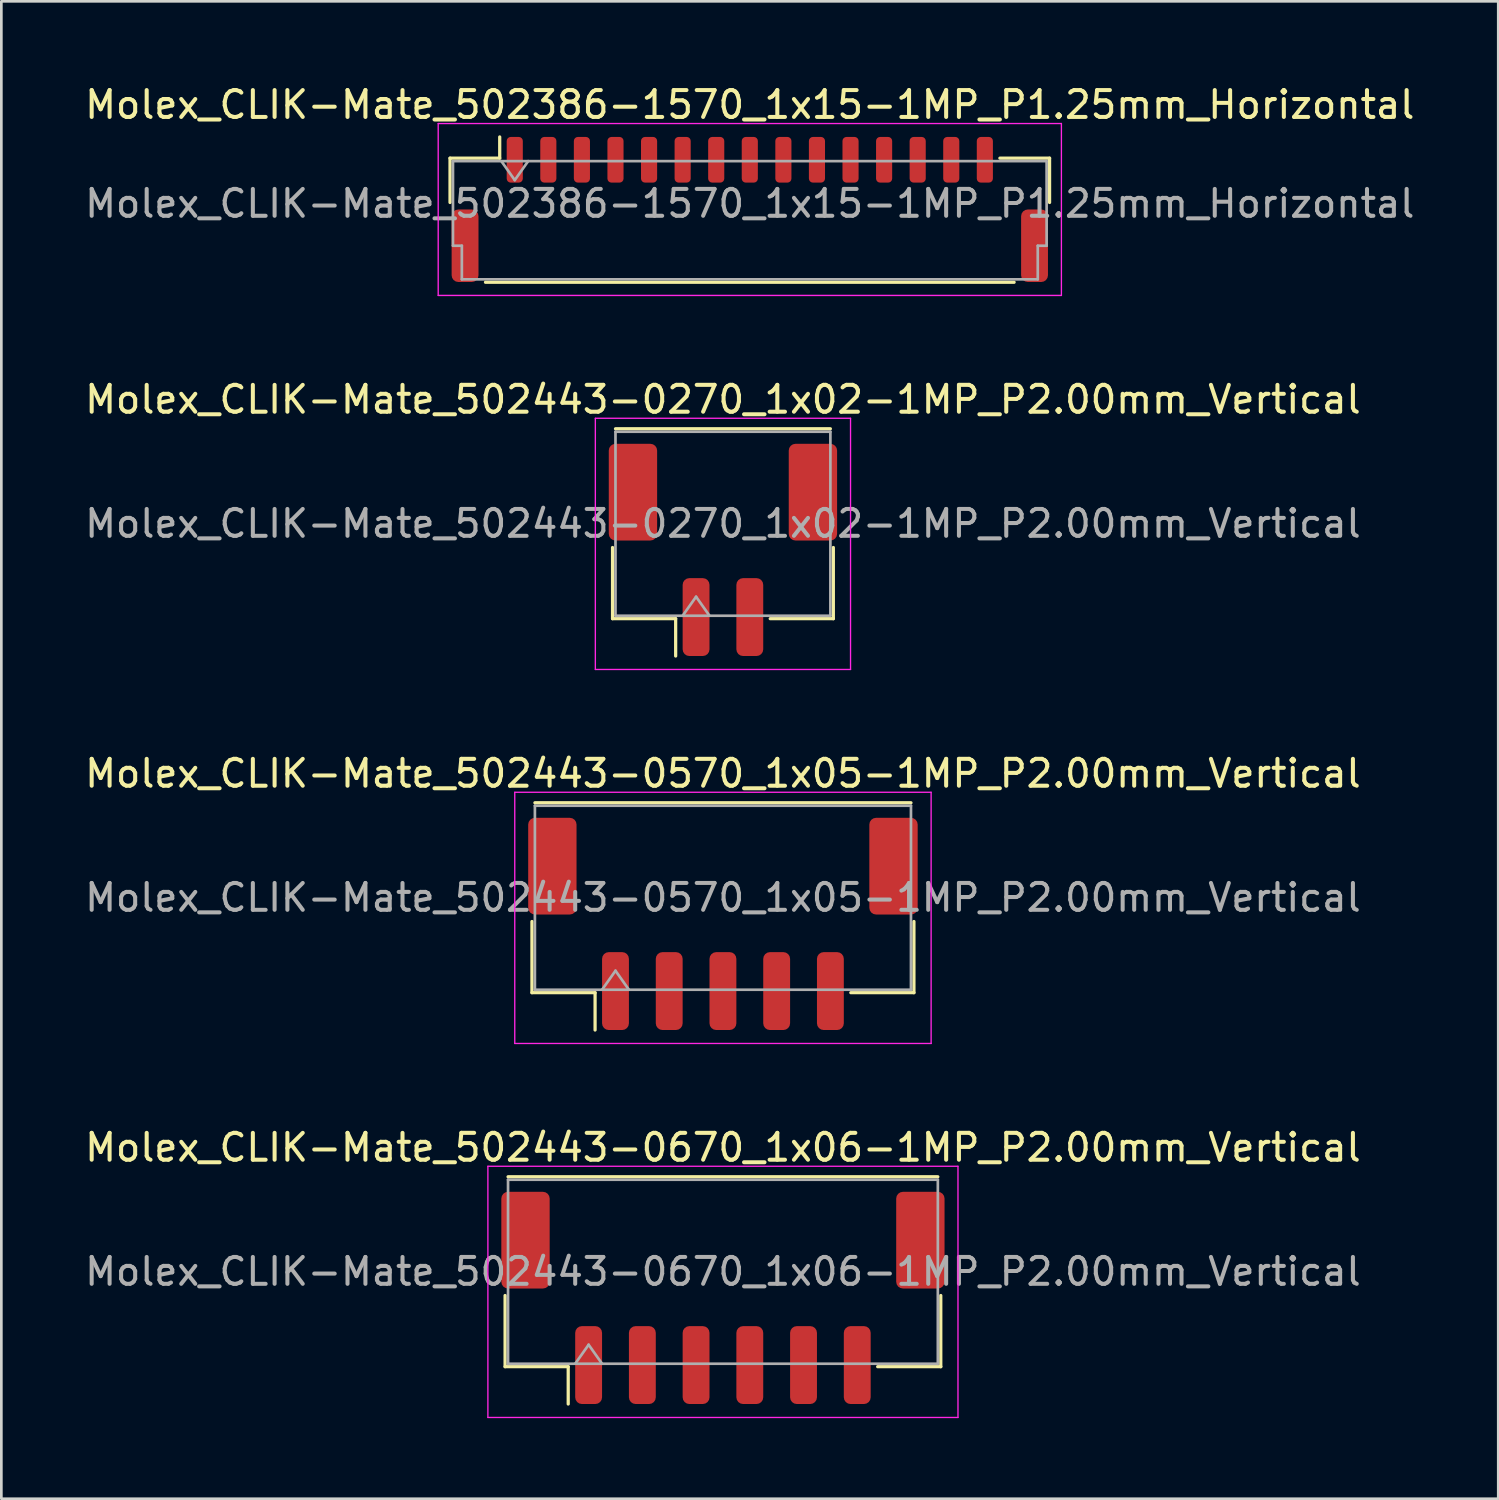
<source format=kicad_pcb>
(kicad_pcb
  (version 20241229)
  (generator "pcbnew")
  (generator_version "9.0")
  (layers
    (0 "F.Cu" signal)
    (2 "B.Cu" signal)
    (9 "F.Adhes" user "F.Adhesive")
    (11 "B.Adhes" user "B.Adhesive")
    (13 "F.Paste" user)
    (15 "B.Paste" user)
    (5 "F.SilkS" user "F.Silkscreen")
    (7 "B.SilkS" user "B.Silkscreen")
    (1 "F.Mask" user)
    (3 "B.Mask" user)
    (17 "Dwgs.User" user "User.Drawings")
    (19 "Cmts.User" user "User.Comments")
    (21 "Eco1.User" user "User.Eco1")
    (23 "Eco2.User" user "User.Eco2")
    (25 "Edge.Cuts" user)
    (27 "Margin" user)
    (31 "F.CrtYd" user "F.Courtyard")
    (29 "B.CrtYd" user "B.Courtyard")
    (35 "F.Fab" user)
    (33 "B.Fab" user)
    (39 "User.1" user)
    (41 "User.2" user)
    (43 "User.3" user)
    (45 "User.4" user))
  (footprint "Molex_CLIK-Mate_502443-0270_1x02-1MP_P2.00mm_Vertical"
    (layer "F.Cu")
    (at 23.863 17.422)
    (property "Reference" "Molex_CLIK-Mate_502443-0270_1x02-1MP_P2.00mm_Vertical" (at 0 -5.6 0) (layer "F.SilkS") (effects (font (size 1 1) (thickness 0.15))))
    (attr smd)
    (fp_line (start -4.11 -0.09) (end -4.11 2.56) (stroke (width 0.12) (type solid)) (layer "F.SilkS"))
    (fp_line (start -4.11 2.56) (end -1.76 2.56) (stroke (width 0.12) (type solid)) (layer "F.SilkS"))
    (fp_line (start -4 -4.51) (end 4 -4.51) (stroke (width 0.12) (type solid)) (layer "F.SilkS"))
    (fp_line (start -1.76 2.56) (end -1.76 3.95) (stroke (width 0.12) (type solid)) (layer "F.SilkS"))
    (fp_line (start 4.11 -0.09) (end 4.11 2.56) (stroke (width 0.12) (type solid)) (layer "F.SilkS"))
    (fp_line (start 4.11 2.56) (end 1.76 2.56) (stroke (width 0.12) (type solid)) (layer "F.SilkS"))
    (fp_line (start -4.75 -4.9) (end -4.75 4.45) (stroke (width 0.05) (type solid)) (layer "F.CrtYd"))
    (fp_line (start -4.75 4.45) (end 4.75 4.45) (stroke (width 0.05) (type solid)) (layer "F.CrtYd"))
    (fp_line (start 4.75 -4.9) (end -4.75 -4.9) (stroke (width 0.05) (type solid)) (layer "F.CrtYd"))
    (fp_line (start 4.75 4.45) (end 4.75 -4.9) (stroke (width 0.05) (type solid)) (layer "F.CrtYd"))
    (fp_line (start -4 -4.4) (end 4 -4.4) (stroke (width 0.1) (type solid)) (layer "F.Fab"))
    (fp_line (start -4 2.45) (end -4 -4.4) (stroke (width 0.1) (type solid)) (layer "F.Fab"))
    (fp_line (start -4 2.45) (end 4 2.45) (stroke (width 0.1) (type solid)) (layer "F.Fab"))
    (fp_line (start -1.5 2.45) (end -1 1.743) (stroke (width 0.1) (type solid)) (layer "F.Fab"))
    (fp_line (start -1 1.743) (end -0.5 2.45) (stroke (width 0.1) (type solid)) (layer "F.Fab"))
    (fp_line (start 4 2.45) (end 4 -4.4) (stroke (width 0.1) (type solid)) (layer "F.Fab"))
    (fp_text user "${REFERENCE}" (at 0 -0.98 0) (layer "F.Fab") (effects (font (size 1 1) (thickness 0.15))))
    (pad "1" smd roundrect (at -1 2.5) (size 1 2.9) (layers "F.Cu" "F.Mask" "F.Paste") (roundrect_rratio 0.25))
    (pad "2" smd roundrect (at 1 2.5) (size 1 2.9) (layers "F.Cu" "F.Mask" "F.Paste") (roundrect_rratio 0.25))
    (pad "MP" smd roundrect (at -3.35 -2.15) (size 1.8 3.6) (layers "F.Cu" "F.Mask" "F.Paste") (roundrect_rratio 0.139))
    (pad "MP" smd roundrect (at 3.35 -2.15) (size 1.8 3.6) (layers "F.Cu" "F.Mask" "F.Paste") (roundrect_rratio 0.139)))
  (footprint "Molex_CLIK-Mate_502443-0570_1x05-1MP_P2.00mm_Vertical"
    (layer "F.Cu")
    (at 23.863 31.345)
    (property "Reference" "Molex_CLIK-Mate_502443-0570_1x05-1MP_P2.00mm_Vertical" (at 0 -5.6 0) (layer "F.SilkS") (effects (font (size 1 1) (thickness 0.15))))
    (attr smd)
    (fp_line (start -7.11 -0.09) (end -7.11 2.56) (stroke (width 0.12) (type solid)) (layer "F.SilkS"))
    (fp_line (start -7.11 2.56) (end -4.76 2.56) (stroke (width 0.12) (type solid)) (layer "F.SilkS"))
    (fp_line (start -7 -4.51) (end 7 -4.51) (stroke (width 0.12) (type solid)) (layer "F.SilkS"))
    (fp_line (start -4.76 2.56) (end -4.76 3.95) (stroke (width 0.12) (type solid)) (layer "F.SilkS"))
    (fp_line (start 7.11 -0.09) (end 7.11 2.56) (stroke (width 0.12) (type solid)) (layer "F.SilkS"))
    (fp_line (start 7.11 2.56) (end 4.76 2.56) (stroke (width 0.12) (type solid)) (layer "F.SilkS"))
    (fp_line (start -7.75 -4.9) (end -7.75 4.45) (stroke (width 0.05) (type solid)) (layer "F.CrtYd"))
    (fp_line (start -7.75 4.45) (end 7.75 4.45) (stroke (width 0.05) (type solid)) (layer "F.CrtYd"))
    (fp_line (start 7.75 -4.9) (end -7.75 -4.9) (stroke (width 0.05) (type solid)) (layer "F.CrtYd"))
    (fp_line (start 7.75 4.45) (end 7.75 -4.9) (stroke (width 0.05) (type solid)) (layer "F.CrtYd"))
    (fp_line (start -7 -4.4) (end 7 -4.4) (stroke (width 0.1) (type solid)) (layer "F.Fab"))
    (fp_line (start -7 2.45) (end -7 -4.4) (stroke (width 0.1) (type solid)) (layer "F.Fab"))
    (fp_line (start -7 2.45) (end 7 2.45) (stroke (width 0.1) (type solid)) (layer "F.Fab"))
    (fp_line (start -4.5 2.45) (end -4 1.743) (stroke (width 0.1) (type solid)) (layer "F.Fab"))
    (fp_line (start -4 1.743) (end -3.5 2.45) (stroke (width 0.1) (type solid)) (layer "F.Fab"))
    (fp_line (start 7 2.45) (end 7 -4.4) (stroke (width 0.1) (type solid)) (layer "F.Fab"))
    (fp_text user "${REFERENCE}" (at 0 -0.98 0) (layer "F.Fab") (effects (font (size 1 1) (thickness 0.15))))
    (pad "1" smd roundrect (at -4 2.5) (size 1 2.9) (layers "F.Cu" "F.Mask" "F.Paste") (roundrect_rratio 0.25))
    (pad "2" smd roundrect (at -2 2.5) (size 1 2.9) (layers "F.Cu" "F.Mask" "F.Paste") (roundrect_rratio 0.25))
    (pad "3" smd roundrect (at 0 2.5) (size 1 2.9) (layers "F.Cu" "F.Mask" "F.Paste") (roundrect_rratio 0.25))
    (pad "4" smd roundrect (at 2 2.5) (size 1 2.9) (layers "F.Cu" "F.Mask" "F.Paste") (roundrect_rratio 0.25))
    (pad "5" smd roundrect (at 4 2.5) (size 1 2.9) (layers "F.Cu" "F.Mask" "F.Paste") (roundrect_rratio 0.25))
    (pad "MP" smd roundrect (at -6.35 -2.15) (size 1.8 3.6) (layers "F.Cu" "F.Mask" "F.Paste") (roundrect_rratio 0.139))
    (pad "MP" smd roundrect (at 6.35 -2.15) (size 1.8 3.6) (layers "F.Cu" "F.Mask" "F.Paste") (roundrect_rratio 0.139)))
  (footprint "Molex_CLIK-Mate_502443-0670_1x06-1MP_P2.00mm_Vertical"
    (layer "F.Cu")
    (at 23.863 45.268)
    (property "Reference" "Molex_CLIK-Mate_502443-0670_1x06-1MP_P2.00mm_Vertical" (at 0 -5.6 0) (layer "F.SilkS") (effects (font (size 1 1) (thickness 0.15))))
    (attr smd)
    (fp_line (start -8.11 -0.09) (end -8.11 2.56) (stroke (width 0.12) (type solid)) (layer "F.SilkS"))
    (fp_line (start -8.11 2.56) (end -5.76 2.56) (stroke (width 0.12) (type solid)) (layer "F.SilkS"))
    (fp_line (start -8 -4.51) (end 8 -4.51) (stroke (width 0.12) (type solid)) (layer "F.SilkS"))
    (fp_line (start -5.76 2.56) (end -5.76 3.95) (stroke (width 0.12) (type solid)) (layer "F.SilkS"))
    (fp_line (start 8.11 -0.09) (end 8.11 2.56) (stroke (width 0.12) (type solid)) (layer "F.SilkS"))
    (fp_line (start 8.11 2.56) (end 5.76 2.56) (stroke (width 0.12) (type solid)) (layer "F.SilkS"))
    (fp_line (start -8.75 -4.9) (end -8.75 4.45) (stroke (width 0.05) (type solid)) (layer "F.CrtYd"))
    (fp_line (start -8.75 4.45) (end 8.75 4.45) (stroke (width 0.05) (type solid)) (layer "F.CrtYd"))
    (fp_line (start 8.75 -4.9) (end -8.75 -4.9) (stroke (width 0.05) (type solid)) (layer "F.CrtYd"))
    (fp_line (start 8.75 4.45) (end 8.75 -4.9) (stroke (width 0.05) (type solid)) (layer "F.CrtYd"))
    (fp_line (start -8 -4.4) (end 8 -4.4) (stroke (width 0.1) (type solid)) (layer "F.Fab"))
    (fp_line (start -8 2.45) (end -8 -4.4) (stroke (width 0.1) (type solid)) (layer "F.Fab"))
    (fp_line (start -8 2.45) (end 8 2.45) (stroke (width 0.1) (type solid)) (layer "F.Fab"))
    (fp_line (start -5.5 2.45) (end -5 1.743) (stroke (width 0.1) (type solid)) (layer "F.Fab"))
    (fp_line (start -5 1.743) (end -4.5 2.45) (stroke (width 0.1) (type solid)) (layer "F.Fab"))
    (fp_line (start 8 2.45) (end 8 -4.4) (stroke (width 0.1) (type solid)) (layer "F.Fab"))
    (fp_text user "${REFERENCE}" (at 0 -0.98 0) (layer "F.Fab") (effects (font (size 1 1) (thickness 0.15))))
    (pad "1" smd roundrect (at -5 2.5) (size 1 2.9) (layers "F.Cu" "F.Mask" "F.Paste") (roundrect_rratio 0.25))
    (pad "2" smd roundrect (at -3 2.5) (size 1 2.9) (layers "F.Cu" "F.Mask" "F.Paste") (roundrect_rratio 0.25))
    (pad "3" smd roundrect (at -1 2.5) (size 1 2.9) (layers "F.Cu" "F.Mask" "F.Paste") (roundrect_rratio 0.25))
    (pad "4" smd roundrect (at 1 2.5) (size 1 2.9) (layers "F.Cu" "F.Mask" "F.Paste") (roundrect_rratio 0.25))
    (pad "5" smd roundrect (at 3 2.5) (size 1 2.9) (layers "F.Cu" "F.Mask" "F.Paste") (roundrect_rratio 0.25))
    (pad "6" smd roundrect (at 5 2.5) (size 1 2.9) (layers "F.Cu" "F.Mask" "F.Paste") (roundrect_rratio 0.25))
    (pad "MP" smd roundrect (at -7.35 -2.15) (size 1.8 3.6) (layers "F.Cu" "F.Mask" "F.Paste") (roundrect_rratio 0.139))
    (pad "MP" smd roundrect (at 7.35 -2.15) (size 1.8 3.6) (layers "F.Cu" "F.Mask" "F.Paste") (roundrect_rratio 0.139)))
  (footprint "Molex_CLIK-Mate_502386-1570_1x15-1MP_P1.25mm_Horizontal"
    (layer "F.Cu")
    (at 24.863 4.748)
    (property "Reference" "Molex_CLIK-Mate_502386-1570_1x15-1MP_P1.25mm_Horizontal" (at 0 -3.9 0) (layer "F.SilkS") (effects (font (size 1 1) (thickness 0.15))))
    (attr smd)
    (fp_line (start -11.16 -1.91) (end -9.31 -1.91) (stroke (width 0.12) (type solid)) (layer "F.SilkS"))
    (fp_line (start -11.16 -0.26) (end -11.16 -1.91) (stroke (width 0.12) (type solid)) (layer "F.SilkS"))
    (fp_line (start -9.84 2.71) (end 9.84 2.71) (stroke (width 0.12) (type solid)) (layer "F.SilkS"))
    (fp_line (start -9.31 -1.91) (end -9.31 -2.7) (stroke (width 0.12) (type solid)) (layer "F.SilkS"))
    (fp_line (start 11.16 -1.91) (end 9.31 -1.91) (stroke (width 0.12) (type solid)) (layer "F.SilkS"))
    (fp_line (start 11.16 -0.26) (end 11.16 -1.91) (stroke (width 0.12) (type solid)) (layer "F.SilkS"))
    (fp_line (start -11.6 -3.2) (end -11.6 3.2) (stroke (width 0.05) (type solid)) (layer "F.CrtYd"))
    (fp_line (start -11.6 3.2) (end 11.6 3.2) (stroke (width 0.05) (type solid)) (layer "F.CrtYd"))
    (fp_line (start 11.6 -3.2) (end -11.6 -3.2) (stroke (width 0.05) (type solid)) (layer "F.CrtYd"))
    (fp_line (start 11.6 3.2) (end 11.6 -3.2) (stroke (width 0.05) (type solid)) (layer "F.CrtYd"))
    (fp_line (start -11.05 -1.8) (end -11.05 1.35) (stroke (width 0.1) (type solid)) (layer "F.Fab"))
    (fp_line (start -11.05 -1.8) (end 11.05 -1.8) (stroke (width 0.1) (type solid)) (layer "F.Fab"))
    (fp_line (start -11.05 1.35) (end -10.72 1.35) (stroke (width 0.1) (type solid)) (layer "F.Fab"))
    (fp_line (start -10.72 1.35) (end -10.72 2.6) (stroke (width 0.1) (type solid)) (layer "F.Fab"))
    (fp_line (start -10.72 2.6) (end 10.72 2.6) (stroke (width 0.1) (type solid)) (layer "F.Fab"))
    (fp_line (start -9.25 -1.8) (end -8.75 -1.093) (stroke (width 0.1) (type solid)) (layer "F.Fab"))
    (fp_line (start -8.75 -1.093) (end -8.25 -1.8) (stroke (width 0.1) (type solid)) (layer "F.Fab"))
    (fp_line (start 10.72 1.35) (end 11.05 1.35) (stroke (width 0.1) (type solid)) (layer "F.Fab"))
    (fp_line (start 10.72 2.6) (end 10.72 1.35) (stroke (width 0.1) (type solid)) (layer "F.Fab"))
    (fp_line (start 11.05 -1.8) (end 11.05 1.35) (stroke (width 0.1) (type solid)) (layer "F.Fab"))
    (fp_text user "${REFERENCE}" (at 0 -0.22 0) (layer "F.Fab") (effects (font (size 1 1) (thickness 0.15))))
    (pad "1" smd roundrect (at -8.75 -1.85) (size 0.6 1.7) (layers "F.Cu" "F.Mask" "F.Paste") (roundrect_rratio 0.25))
    (pad "2" smd roundrect (at -7.5 -1.85) (size 0.6 1.7) (layers "F.Cu" "F.Mask" "F.Paste") (roundrect_rratio 0.25))
    (pad "3" smd roundrect (at -6.25 -1.85) (size 0.6 1.7) (layers "F.Cu" "F.Mask" "F.Paste") (roundrect_rratio 0.25))
    (pad "4" smd roundrect (at -5 -1.85) (size 0.6 1.7) (layers "F.Cu" "F.Mask" "F.Paste") (roundrect_rratio 0.25))
    (pad "5" smd roundrect (at -3.75 -1.85) (size 0.6 1.7) (layers "F.Cu" "F.Mask" "F.Paste") (roundrect_rratio 0.25))
    (pad "6" smd roundrect (at -2.5 -1.85) (size 0.6 1.7) (layers "F.Cu" "F.Mask" "F.Paste") (roundrect_rratio 0.25))
    (pad "7" smd roundrect (at -1.25 -1.85) (size 0.6 1.7) (layers "F.Cu" "F.Mask" "F.Paste") (roundrect_rratio 0.25))
    (pad "8" smd roundrect (at 0 -1.85) (size 0.6 1.7) (layers "F.Cu" "F.Mask" "F.Paste") (roundrect_rratio 0.25))
    (pad "9" smd roundrect (at 1.25 -1.85) (size 0.6 1.7) (layers "F.Cu" "F.Mask" "F.Paste") (roundrect_rratio 0.25))
    (pad "10" smd roundrect (at 2.5 -1.85) (size 0.6 1.7) (layers "F.Cu" "F.Mask" "F.Paste") (roundrect_rratio 0.25))
    (pad "11" smd roundrect (at 3.75 -1.85) (size 0.6 1.7) (layers "F.Cu" "F.Mask" "F.Paste") (roundrect_rratio 0.25))
    (pad "12" smd roundrect (at 5 -1.85) (size 0.6 1.7) (layers "F.Cu" "F.Mask" "F.Paste") (roundrect_rratio 0.25))
    (pad "13" smd roundrect (at 6.25 -1.85) (size 0.6 1.7) (layers "F.Cu" "F.Mask" "F.Paste") (roundrect_rratio 0.25))
    (pad "14" smd roundrect (at 7.5 -1.85) (size 0.6 1.7) (layers "F.Cu" "F.Mask" "F.Paste") (roundrect_rratio 0.25))
    (pad "15" smd roundrect (at 8.75 -1.85) (size 0.6 1.7) (layers "F.Cu" "F.Mask" "F.Paste") (roundrect_rratio 0.25))
    (pad "MP" smd roundrect (at -10.6 1.35) (size 1 2.7) (layers "F.Cu" "F.Mask" "F.Paste") (roundrect_rratio 0.25))
    (pad "MP" smd roundrect (at 10.6 1.35) (size 1 2.7) (layers "F.Cu" "F.Mask" "F.Paste") (roundrect_rratio 0.25)))
  (gr_rect
    (start -3 -3)
    (end 52.726 52.743)
    (stroke (width 0.1) (type default))
    (fill no)
    (layer "Edge.Cuts")))
</source>
